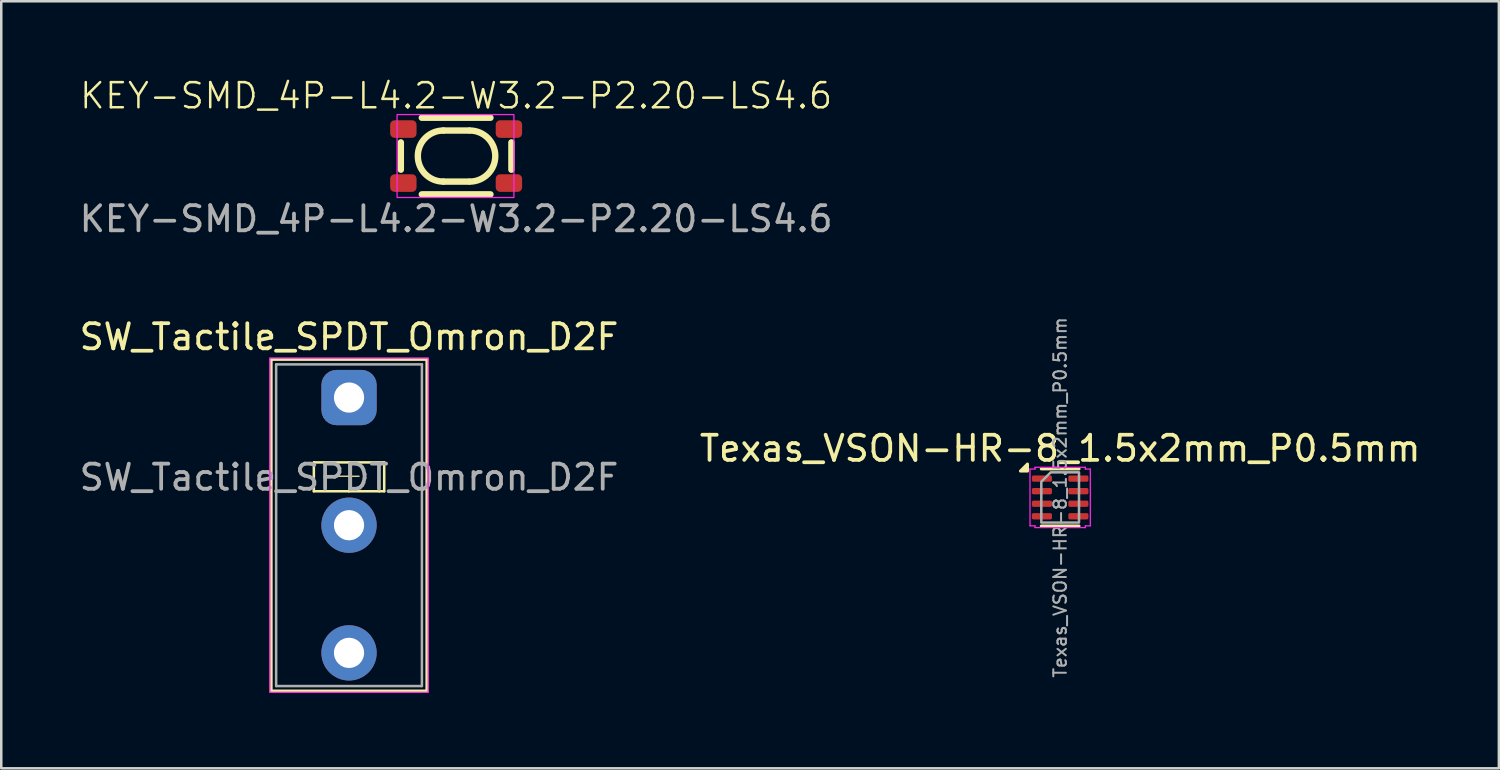
<source format=kicad_pcb>
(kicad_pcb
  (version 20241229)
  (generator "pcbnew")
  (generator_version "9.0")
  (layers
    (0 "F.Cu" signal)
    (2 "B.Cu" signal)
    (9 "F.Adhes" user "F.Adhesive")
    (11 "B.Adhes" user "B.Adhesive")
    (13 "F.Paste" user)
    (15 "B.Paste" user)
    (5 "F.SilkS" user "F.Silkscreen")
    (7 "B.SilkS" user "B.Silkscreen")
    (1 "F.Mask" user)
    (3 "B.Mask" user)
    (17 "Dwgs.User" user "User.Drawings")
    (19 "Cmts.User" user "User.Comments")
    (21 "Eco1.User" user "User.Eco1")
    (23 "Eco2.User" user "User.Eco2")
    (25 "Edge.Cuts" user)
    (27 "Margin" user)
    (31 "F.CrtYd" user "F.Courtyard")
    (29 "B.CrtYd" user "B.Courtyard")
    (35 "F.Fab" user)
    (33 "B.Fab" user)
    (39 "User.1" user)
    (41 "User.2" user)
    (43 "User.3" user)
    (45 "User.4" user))
  (footprint "KEY-SMD_4P-L4.2-W3.2-P2.20-LS4.6"
    (layer "F.Cu")
    (at 15.101 3.16)
    (property "Reference" "KEY-SMD_4P-L4.2-W3.2-P2.20-LS4.6" (at 0 -2.4 0) (unlocked yes) (layer "F.SilkS") (effects (font (size 1 1) (thickness 0.1))))
    (attr smd)
    (fp_line (start -2.2 -0.544) (end -2.2 0.544) (stroke (width 0.254) (type solid)) (layer "F.SilkS"))
    (fp_line (start -1.366 -1.524) (end 1.366 -1.524) (stroke (width 0.254) (type solid)) (layer "F.SilkS"))
    (fp_line (start -1.366 1.524) (end 1.366 1.524) (stroke (width 0.254) (type solid)) (layer "F.SilkS"))
    (fp_line (start -0.508 -1.016) (end 0.508 -1.016) (stroke (width 0.254) (type solid)) (layer "F.SilkS"))
    (fp_line (start -0.508 1.016) (end 0.508 1.016) (stroke (width 0.254) (type solid)) (layer "F.SilkS"))
    (fp_line (start 2.2 -0.544) (end 2.2 0.544) (stroke (width 0.254) (type solid)) (layer "F.SilkS"))
    (fp_arc (start -0.508 1.016) (mid -1.516031 0) (end -0.508 -1.016) (stroke (width 0.254) (type solid)) (layer "F.SilkS"))
    (fp_arc (start 0.541969 -1.016) (mid 1.55 0) (end 0.541969 1.016) (stroke (width 0.254) (type solid)) (layer "F.SilkS"))
    (fp_rect (start -2.35 -1.65) (end 2.3 1.65) (stroke (width 0.05) (type default)) (fill no) (layer "F.CrtYd"))
    (fp_text user "${REFERENCE}" (at 0 2.5 0) (unlocked yes) (layer "F.Fab") (effects (font (size 1 1) (thickness 0.15))))
    (pad "1" smd roundrect (at -2.1 -1.075) (size 1.05 0.7) (layers "F.Cu" "F.Mask" "F.Paste") (roundrect_rratio 0.25))
    (pad "2" smd roundrect (at 2.1 -1.075) (size 1.05 0.7) (layers "F.Cu" "F.Mask" "F.Paste") (roundrect_rratio 0.25))
    (pad "3" smd roundrect (at -2.1 1.075) (size 1.05 0.7) (layers "F.Cu" "F.Mask" "F.Paste") (roundrect_rratio 0.25))
    (pad "4" smd roundrect (at 2.1 1.075) (size 1.05 0.7) (layers "F.Cu" "F.Mask" "F.Paste") (roundrect_rratio 0.25)))
  (footprint "Texas_VSON-HR-8_1.5x2mm_P0.5mm"
    (layer "F.Cu")
    (at 39.137 16.745)
    (property "Reference" "Texas_VSON-HR-8_1.5x2mm_P0.5mm" (at 0 -1.95 0) (layer "F.SilkS") (effects (font (size 1 1) (thickness 0.15))))
    (attr smd)
    (fp_line (start -0.75 -1.135) (end 0.75 -1.135) (stroke (width 0.12) (type solid)) (layer "F.SilkS"))
    (fp_line (start -0.75 1.135) (end 0.75 1.135) (stroke (width 0.12) (type solid)) (layer "F.SilkS"))
    (fp_poly (pts (xy -1.3 -1.05) (xy -1.58 -1.05) (xy -1.3 -1.33)) (stroke (width 0.12) (type solid)) (fill yes) (layer "F.SilkS"))
    (fp_line (start -1.2 -1.13) (end -1 -1.13) (stroke (width 0.05) (type solid)) (layer "F.CrtYd"))
    (fp_line (start -1.2 1.13) (end -1.2 -1.13) (stroke (width 0.05) (type solid)) (layer "F.CrtYd"))
    (fp_line (start -1 -1.2) (end 1 -1.2) (stroke (width 0.05) (type solid)) (layer "F.CrtYd"))
    (fp_line (start -1 -1.13) (end -1 -1.2) (stroke (width 0.05) (type solid)) (layer "F.CrtYd"))
    (fp_line (start -1 1.13) (end -1.2 1.13) (stroke (width 0.05) (type solid)) (layer "F.CrtYd"))
    (fp_line (start -1 1.2) (end -1 1.13) (stroke (width 0.05) (type solid)) (layer "F.CrtYd"))
    (fp_line (start 1 -1.2) (end 1 -1.13) (stroke (width 0.05) (type solid)) (layer "F.CrtYd"))
    (fp_line (start 1 -1.13) (end 1.2 -1.13) (stroke (width 0.05) (type solid)) (layer "F.CrtYd"))
    (fp_line (start 1 1.13) (end 1 1.2) (stroke (width 0.05) (type solid)) (layer "F.CrtYd"))
    (fp_line (start 1 1.2) (end -1 1.2) (stroke (width 0.05) (type solid)) (layer "F.CrtYd"))
    (fp_line (start 1.2 -1.13) (end 1.2 1.13) (stroke (width 0.05) (type solid)) (layer "F.CrtYd"))
    (fp_line (start 1.2 1.13) (end 1 1.13) (stroke (width 0.05) (type solid)) (layer "F.CrtYd"))
    (fp_poly (pts (xy -0.75 -0.625) (xy -0.75 1) (xy 0.75 1) (xy 0.75 -1) (xy -0.375 -1)) (stroke (width 0.1) (type solid)) (fill no) (layer "F.Fab"))
    (fp_text user "${REFERENCE}" (at 0 0 90) (layer "F.Fab") (effects (font (size 0.5 0.5) (thickness 0.08))))
    (pad "1" smd roundrect (at -0.725 -0.75) (size 0.8 0.25) (layers "F.Cu" "F.Mask" "F.Paste") (roundrect_rratio 0.25))
    (pad "2" smd roundrect (at -0.725 -0.25) (size 0.8 0.25) (layers "F.Cu" "F.Mask" "F.Paste") (roundrect_rratio 0.25))
    (pad "3" smd roundrect (at -0.725 0.25) (size 0.8 0.25) (layers "F.Cu" "F.Mask" "F.Paste") (roundrect_rratio 0.25))
    (pad "4" smd roundrect (at -0.725 0.75) (size 0.8 0.25) (layers "F.Cu" "F.Mask" "F.Paste") (roundrect_rratio 0.25))
    (pad "5" smd roundrect (at 0.725 0.75) (size 0.8 0.25) (layers "F.Cu" "F.Mask" "F.Paste") (roundrect_rratio 0.25))
    (pad "6" smd roundrect (at 0.725 0.25) (size 0.8 0.25) (layers "F.Cu" "F.Mask" "F.Paste") (roundrect_rratio 0.25))
    (pad "7" smd roundrect (at 0.725 -0.25) (size 0.8 0.25) (layers "F.Cu" "F.Mask" "F.Paste") (roundrect_rratio 0.25))
    (pad "8" smd roundrect (at 0.725 -0.75) (size 0.8 0.25) (layers "F.Cu" "F.Mask" "F.Paste") (roundrect_rratio 0.25)))
  (footprint "SW_Tactile_SPDT_Omron_D2F"
    (layer "F.Cu")
    (at 10.839 17.85)
    (property "Reference" "SW_Tactile_SPDT_Omron_D2F" (at 0 -7.493 0) (unlocked yes) (layer "F.SilkS") (effects (font (size 1 1) (thickness 0.15))))
    (attr through_hole exclude_from_pos_files)
    (fp_line (start -3.1 -6.6) (end -3.1 6.6) (stroke (width 0.12) (type solid)) (layer "F.SilkS"))
    (fp_line (start -3.1 -6.6) (end 3.1 -6.6) (stroke (width 0.12) (type solid)) (layer "F.SilkS"))
    (fp_line (start -3.1 6.6) (end 3.1 6.6) (stroke (width 0.12) (type solid)) (layer "F.SilkS"))
    (fp_line (start -1.4 -1.35) (end -1.4 -2.5) (stroke (width 0.1) (type default)) (layer "F.SilkS"))
    (fp_line (start 0 -2.5) (end -1.4 -2.5) (stroke (width 0.1) (type default)) (layer "F.SilkS"))
    (fp_line (start 0 -2.5) (end 1.15 -2.5) (stroke (width 0.1) (type default)) (layer "F.SilkS"))
    (fp_line (start 0 -1.95) (end -0.4 -1.95) (stroke (width 0.05) (type solid)) (layer "F.SilkS"))
    (fp_line (start 0 -1.95) (end 0.4 -1.95) (stroke (width 0.05) (type solid)) (layer "F.SilkS"))
    (fp_line (start 0 -1.35) (end -1.4 -1.35) (stroke (width 0.1) (type default)) (layer "F.SilkS"))
    (fp_line (start 0 -1.35) (end 0 -2.5) (stroke (width 0.05) (type solid)) (layer "F.SilkS"))
    (fp_line (start 0 -1.35) (end 1.2 -1.35) (stroke (width 0.1) (type default)) (layer "F.SilkS"))
    (fp_line (start 1.4 -2.5) (end 1.15 -2.5) (stroke (width 0.1) (type default)) (layer "F.SilkS"))
    (fp_line (start 1.4 -1.35) (end 1.2 -1.35) (stroke (width 0.1) (type default)) (layer "F.SilkS"))
    (fp_line (start 1.4 -1.35) (end 1.4 -2.5) (stroke (width 0.1) (type default)) (layer "F.SilkS"))
    (fp_line (start 3.1 -6.6) (end 3.1 6.6) (stroke (width 0.12) (type solid)) (layer "F.SilkS"))
    (fp_line (start -3.15 -6.65) (end -3.15 6.65) (stroke (width 0.05) (type solid)) (layer "F.CrtYd"))
    (fp_line (start -3.15 -6.65) (end 3.15 -6.65) (stroke (width 0.05) (type solid)) (layer "F.CrtYd"))
    (fp_line (start -3.15 6.65) (end 3.15 6.65) (stroke (width 0.05) (type solid)) (layer "F.CrtYd"))
    (fp_line (start 3.15 -6.65) (end 3.15 6.65) (stroke (width 0.05) (type solid)) (layer "F.CrtYd"))
    (fp_line (start -2.9 -6.4) (end 2.9 -6.4) (stroke (width 0.1) (type solid)) (layer "F.Fab"))
    (fp_line (start -2.9 6.4) (end -2.9 -6.4) (stroke (width 0.1) (type solid)) (layer "F.Fab"))
    (fp_line (start 2.9 -6.4) (end 2.9 6.4) (stroke (width 0.1) (type solid)) (layer "F.Fab"))
    (fp_line (start 2.9 6.4) (end -2.9 6.4) (stroke (width 0.1) (type solid)) (layer "F.Fab"))
    (fp_text user "${REFERENCE}" (at 0 -1.905 0) (unlocked yes) (layer "F.Fab") (effects (font (size 1 1) (thickness 0.15))))
    (pad "1" thru_hole circle (at 0 0 180) (size 2.2 2.2) (drill 1.2) (layers "*.Cu" "*.Mask"))
    (pad "2" thru_hole roundrect (at 0 -5.08 180) (size 2.2 2.2) (drill 1.2) (layers "*.Cu" "*.Mask") (roundrect_rratio 0.273))
    (pad "3" thru_hole circle (at 0 5.08 180) (size 2.2 2.2) (drill 1.2) (layers "*.Cu" "*.Mask")))
  (gr_rect
    (start -3 -3)
    (end 56.595 27.525)
    (stroke (width 0.1) (type default))
    (fill no)
    (layer "Edge.Cuts")))
</source>
